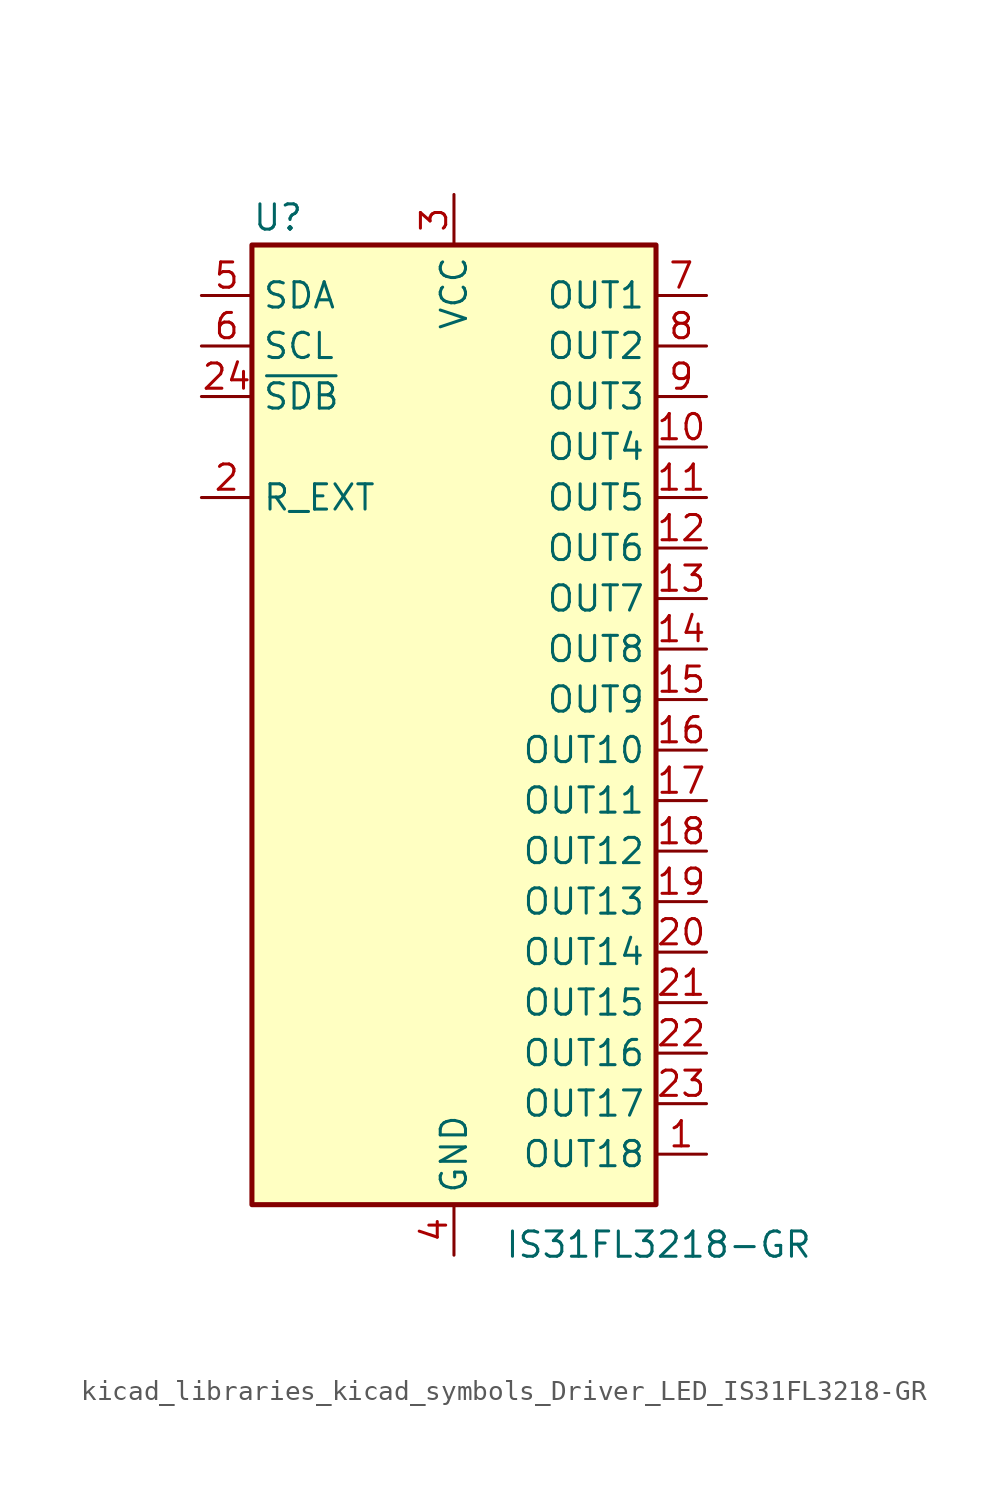
<source format=kicad_sym>
(kicad_symbol_lib
  (version 20220914)
  (generator kicad_symbol_editor)
  (symbol "kicad_libraries_kicad_symbols_Driver_LED_IS31FL3218-GR"
    (property "Reference" "U"
      (at -10.16 26.035 0)
      (effects (font (size 1.27 1.27)) (justify left bottom)))
    (property "Value" "IS31FL3218-GR"
      (at 2.54 -24.13 0)
      (effects (font (size 1.27 1.27)) (justify left top)))
    (symbol "kicad_libraries_kicad_symbols_Driver_LED_IS31FL3218-GR_0_1"
      (rectangle (start -10.16 25.4) (end 10.16 -22.86) (stroke (width 0.254) (type default)) (fill (type background))))
    (symbol "kicad_libraries_kicad_symbols_Driver_LED_IS31FL3218-GR_1_1"
      (pin open_collector line (at 12.7 -20.32 180) (length 2.54) (name "OUT18" (effects (font (size 1.27 1.27)))) (number "1" (effects (font (size 1.27 1.27)))))
      (pin open_collector line (at 12.7 15.24 180) (length 2.54) (name "OUT4" (effects (font (size 1.27 1.27)))) (number "10" (effects (font (size 1.27 1.27)))))
      (pin open_collector line (at 12.7 12.7 180) (length 2.54) (name "OUT5" (effects (font (size 1.27 1.27)))) (number "11" (effects (font (size 1.27 1.27)))))
      (pin open_collector line (at 12.7 10.16 180) (length 2.54) (name "OUT6" (effects (font (size 1.27 1.27)))) (number "12" (effects (font (size 1.27 1.27)))))
      (pin open_collector line (at 12.7 7.62 180) (length 2.54) (name "OUT7" (effects (font (size 1.27 1.27)))) (number "13" (effects (font (size 1.27 1.27)))))
      (pin open_collector line (at 12.7 5.08 180) (length 2.54) (name "OUT8" (effects (font (size 1.27 1.27)))) (number "14" (effects (font (size 1.27 1.27)))))
      (pin open_collector line (at 12.7 2.54 180) (length 2.54) (name "OUT9" (effects (font (size 1.27 1.27)))) (number "15" (effects (font (size 1.27 1.27)))))
      (pin open_collector line (at 12.7 0 180) (length 2.54) (name "OUT10" (effects (font (size 1.27 1.27)))) (number "16" (effects (font (size 1.27 1.27)))))
      (pin open_collector line (at 12.7 -2.54 180) (length 2.54) (name "OUT11" (effects (font (size 1.27 1.27)))) (number "17" (effects (font (size 1.27 1.27)))))
      (pin open_collector line (at 12.7 -5.08 180) (length 2.54) (name "OUT12" (effects (font (size 1.27 1.27)))) (number "18" (effects (font (size 1.27 1.27)))))
      (pin open_collector line (at 12.7 -7.62 180) (length 2.54) (name "OUT13" (effects (font (size 1.27 1.27)))) (number "19" (effects (font (size 1.27 1.27)))))
      (pin passive line (at -12.7 12.7 0) (length 2.54) (name "R_EXT" (effects (font (size 1.27 1.27)))) (number "2" (effects (font (size 1.27 1.27)))))
      (pin open_collector line (at 12.7 -10.16 180) (length 2.54) (name "OUT14" (effects (font (size 1.27 1.27)))) (number "20" (effects (font (size 1.27 1.27)))))
      (pin open_collector line (at 12.7 -12.7 180) (length 2.54) (name "OUT15" (effects (font (size 1.27 1.27)))) (number "21" (effects (font (size 1.27 1.27)))))
      (pin open_collector line (at 12.7 -15.24 180) (length 2.54) (name "OUT16" (effects (font (size 1.27 1.27)))) (number "22" (effects (font (size 1.27 1.27)))))
      (pin open_collector line (at 12.7 -17.78 180) (length 2.54) (name "OUT17" (effects (font (size 1.27 1.27)))) (number "23" (effects (font (size 1.27 1.27)))))
      (pin input line (at -12.7 17.78 0) (length 2.54) (name "~{SDB}" (effects (font (size 1.27 1.27)))) (number "24" (effects (font (size 1.27 1.27)))))
      (pin power_in line (at 0 27.94 270) (length 2.54) (name "VCC" (effects (font (size 1.27 1.27)))) (number "3" (effects (font (size 1.27 1.27)))))
      (pin power_in line (at 0 -25.4 90) (length 2.54) (name "GND" (effects (font (size 1.27 1.27)))) (number "4" (effects (font (size 1.27 1.27)))))
      (pin bidirectional line (at -12.7 22.86 0) (length 2.54) (name "SDA" (effects (font (size 1.27 1.27)))) (number "5" (effects (font (size 1.27 1.27)))))
      (pin input line (at -12.7 20.32 0) (length 2.54) (name "SCL" (effects (font (size 1.27 1.27)))) (number "6" (effects (font (size 1.27 1.27)))))
      (pin open_collector line (at 12.7 22.86 180) (length 2.54) (name "OUT1" (effects (font (size 1.27 1.27)))) (number "7" (effects (font (size 1.27 1.27)))))
      (pin open_collector line (at 12.7 20.32 180) (length 2.54) (name "OUT2" (effects (font (size 1.27 1.27)))) (number "8" (effects (font (size 1.27 1.27)))))
      (pin open_collector line (at 12.7 17.78 180) (length 2.54) (name "OUT3" (effects (font (size 1.27 1.27)))) (number "9" (effects (font (size 1.27 1.27))))))))
</source>
